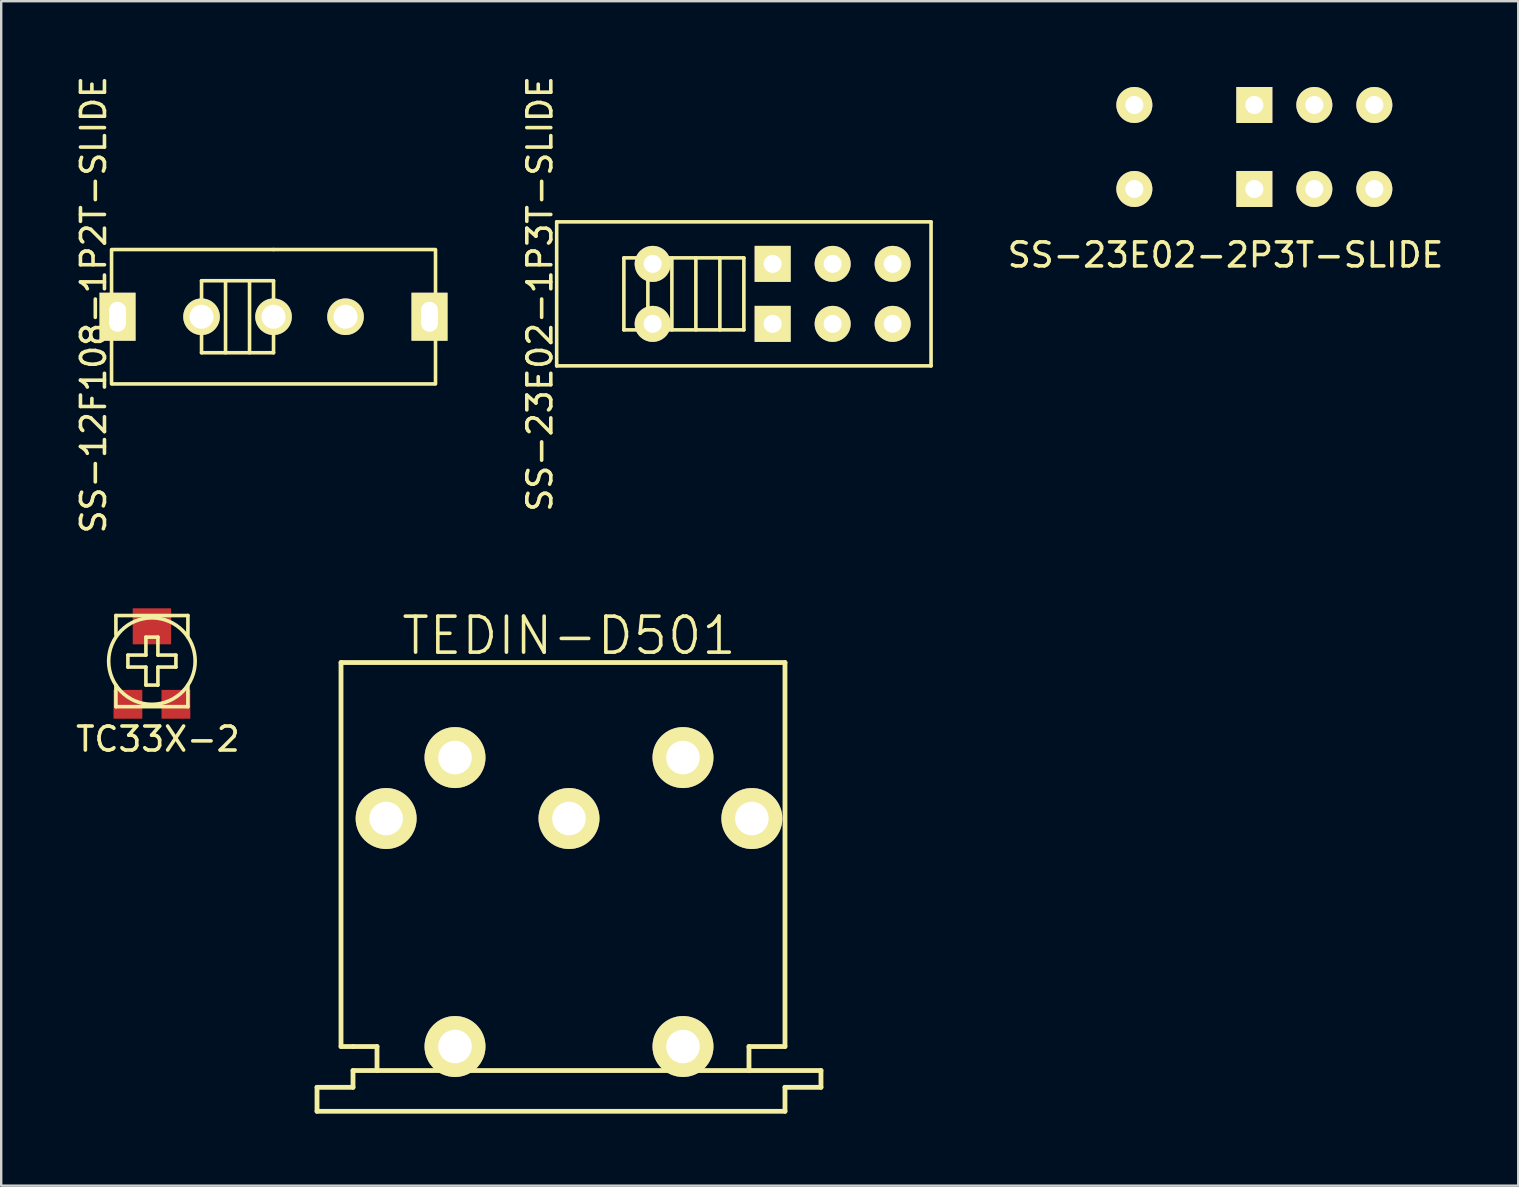
<source format=kicad_pcb>
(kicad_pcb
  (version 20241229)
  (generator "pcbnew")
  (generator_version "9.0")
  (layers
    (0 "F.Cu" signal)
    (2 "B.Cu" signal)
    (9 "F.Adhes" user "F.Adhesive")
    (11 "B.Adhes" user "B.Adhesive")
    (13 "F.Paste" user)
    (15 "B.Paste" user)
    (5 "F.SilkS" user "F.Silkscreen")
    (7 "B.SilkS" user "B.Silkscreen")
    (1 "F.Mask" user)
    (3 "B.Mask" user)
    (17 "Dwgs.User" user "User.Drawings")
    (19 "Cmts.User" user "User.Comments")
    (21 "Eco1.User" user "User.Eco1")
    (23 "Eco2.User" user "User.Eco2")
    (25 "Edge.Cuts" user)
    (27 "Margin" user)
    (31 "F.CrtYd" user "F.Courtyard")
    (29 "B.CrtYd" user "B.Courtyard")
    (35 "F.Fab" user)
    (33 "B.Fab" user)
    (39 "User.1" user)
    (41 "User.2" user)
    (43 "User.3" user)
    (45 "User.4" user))
  (footprint "TC33X-2"
    (layer "F.Cu")
    (at 3.28 24.498)
    (property "Reference" "TC33X-2" (at 0.25 3.25 0) (layer "F.SilkS") (effects (font (size 1 1) (thickness 0.15))))
    (attr through_hole)
    (fp_line (start -1.5 -1.9) (end -1.5 -1.1) (stroke (width 0.15) (type solid)) (layer "F.SilkS"))
    (fp_line (start -1.5 -1.9) (end 1.5 -1.9) (stroke (width 0.15) (type solid)) (layer "F.SilkS"))
    (fp_line (start -1.5 1.9) (end -1.5 1) (stroke (width 0.15) (type solid)) (layer "F.SilkS"))
    (fp_line (start -1.5 1.9) (end 1.5 1.9) (stroke (width 0.15) (type solid)) (layer "F.SilkS"))
    (fp_line (start -1 -0.25) (end -1 0.25) (stroke (width 0.15) (type solid)) (layer "F.SilkS"))
    (fp_line (start -1 0.25) (end -0.25 0.25) (stroke (width 0.15) (type solid)) (layer "F.SilkS"))
    (fp_line (start -0.25 -1) (end -0.25 -0.25) (stroke (width 0.15) (type solid)) (layer "F.SilkS"))
    (fp_line (start -0.25 -1) (end 0.25 -1) (stroke (width 0.15) (type solid)) (layer "F.SilkS"))
    (fp_line (start -0.25 -0.25) (end -1 -0.25) (stroke (width 0.15) (type solid)) (layer "F.SilkS"))
    (fp_line (start -0.25 0.25) (end -0.25 1) (stroke (width 0.15) (type solid)) (layer "F.SilkS"))
    (fp_line (start -0.25 1) (end 0.25 1) (stroke (width 0.15) (type solid)) (layer "F.SilkS"))
    (fp_line (start 0.25 -1) (end 0.25 -0.25) (stroke (width 0.15) (type solid)) (layer "F.SilkS"))
    (fp_line (start 0.25 -0.25) (end 1 -0.25) (stroke (width 0.15) (type solid)) (layer "F.SilkS"))
    (fp_line (start 0.25 0.25) (end 0.25 1) (stroke (width 0.15) (type solid)) (layer "F.SilkS"))
    (fp_line (start 1 -0.25) (end 1 0.25) (stroke (width 0.15) (type solid)) (layer "F.SilkS"))
    (fp_line (start 1 0.25) (end 0.25 0.25) (stroke (width 0.15) (type solid)) (layer "F.SilkS"))
    (fp_line (start 1.5 -1.9) (end 1.5 -1) (stroke (width 0.15) (type solid)) (layer "F.SilkS"))
    (fp_line (start 1.5 1.9) (end 1.5 1) (stroke (width 0.15) (type solid)) (layer "F.SilkS"))
    (fp_circle (center 0 0) (end 1.8 0.1) (stroke (width 0.15) (type solid)) (fill no) (layer "F.SilkS"))
    (pad "1" smd rect (at -1 1.8) (size 1.2 1.2) (layers "F.Cu" "F.Mask" "F.Paste"))
    (pad "2" smd rect (at 0 -1.45) (size 1.6 1.5) (layers "F.Cu" "F.Mask" "F.Paste"))
    (pad "3" smd rect (at 1 1.8) (size 1.2 1.2) (layers "F.Cu" "F.Mask" "F.Paste")))
  (footprint "TEDIN-D501"
    (layer "F.Cu")
    (at 20.66 31.058)
    (property "Reference" "TEDIN-D501" (at 0 -7.62 0) (layer "F.SilkS") (effects (font (size 1.5 1.5) (thickness 0.15))))
    (attr through_hole)
    (fp_line (start -10.5 11.2) (end -10.5 12.2) (stroke (width 0.2) (type solid)) (layer "F.SilkS"))
    (fp_line (start -10.5 11.2) (end -9 11.2) (stroke (width 0.2) (type solid)) (layer "F.SilkS"))
    (fp_line (start -10.5 12.2) (end 9 12.2) (stroke (width 0.2) (type solid)) (layer "F.SilkS"))
    (fp_line (start -9.5 -6.5) (end -9.5 9.5) (stroke (width 0.2) (type solid)) (layer "F.SilkS"))
    (fp_line (start -9.5 9.5) (end -9 9.5) (stroke (width 0.2) (type solid)) (layer "F.SilkS"))
    (fp_line (start -9 9.5) (end -8 9.5) (stroke (width 0.2) (type solid)) (layer "F.SilkS"))
    (fp_line (start -9 11.2) (end -9 10.5) (stroke (width 0.2) (type solid)) (layer "F.SilkS"))
    (fp_line (start -8 9.5) (end -8 10.5) (stroke (width 0.2) (type solid)) (layer "F.SilkS"))
    (fp_line (start 7.5 9.5) (end 7.5 10.5) (stroke (width 0.2) (type solid)) (layer "F.SilkS"))
    (fp_line (start 9 -6.5) (end -9.5 -6.5) (stroke (width 0.2) (type solid)) (layer "F.SilkS"))
    (fp_line (start 9 -6.5) (end 9 9.5) (stroke (width 0.2) (type solid)) (layer "F.SilkS"))
    (fp_line (start 9 9.5) (end 7.5 9.5) (stroke (width 0.2) (type solid)) (layer "F.SilkS"))
    (fp_line (start 9 11.2) (end 10.5 11.2) (stroke (width 0.2) (type solid)) (layer "F.SilkS"))
    (fp_line (start 9 12.2) (end 9 11.2) (stroke (width 0.2) (type solid)) (layer "F.SilkS"))
    (fp_line (start 10.5 10.5) (end -9 10.5) (stroke (width 0.2) (type solid)) (layer "F.SilkS"))
    (fp_line (start 10.5 10.5) (end 10.5 11.2) (stroke (width 0.2) (type solid)) (layer "F.SilkS"))
    (pad "1" thru_hole circle (at 7.62 0) (size 2.54 2.54) (drill 1.397) (layers "*.Cu" "*.Mask" "F.SilkS"))
    (pad "2" thru_hole circle (at 0 0) (size 2.54 2.54) (drill 1.397) (layers "*.Cu" "*.Mask" "F.SilkS"))
    (pad "3" thru_hole circle (at -7.62 0) (size 2.54 2.54) (drill 1.397) (layers "*.Cu" "*.Mask" "F.SilkS"))
    (pad "4" thru_hole circle (at 4.75 -2.54) (size 2.54 2.54) (drill 1.397) (layers "*.Cu" "*.Mask" "F.SilkS"))
    (pad "5" thru_hole circle (at -4.75 -2.54) (size 2.54 2.54) (drill 1.397) (layers "*.Cu" "*.Mask" "F.SilkS"))
    (pad "6" thru_hole circle (at -4.75 9.5) (size 2.54 2.54) (drill 1.397) (layers "*.Cu" "*.Mask" "F.SilkS"))
    (pad "7" thru_hole circle (at 4.75 9.5) (size 2.54 2.54) (drill 1.397) (layers "*.Cu" "*.Mask" "F.SilkS")))
  (footprint "SS-12F108-1P2T-SLIDE"
    (layer "F.Cu")
    (at 8.348 10.149)
    (property "Reference" "SS-12F108-1P2T-SLIDE" (at -7.5 -0.5 90) (layer "F.SilkS") (effects (font (size 1 1) (thickness 0.15))))
    (attr through_hole)
    (fp_line (start -6.75 2.8) (end -6.75 -2.8) (stroke (width 0.15) (type solid)) (layer "F.SilkS"))
    (fp_line (start -6.7 -2.8) (end 0 -2.8) (stroke (width 0.15) (type solid)) (layer "F.SilkS"))
    (fp_line (start -3 -1.5) (end -3 1.5) (stroke (width 0.15) (type solid)) (layer "F.SilkS"))
    (fp_line (start -3 1.5) (end 0 1.5) (stroke (width 0.15) (type solid)) (layer "F.SilkS"))
    (fp_line (start -2 -1.5) (end -2 1.5) (stroke (width 0.15) (type solid)) (layer "F.SilkS"))
    (fp_line (start -1 -1.5) (end -1 1.5) (stroke (width 0.15) (type solid)) (layer "F.SilkS"))
    (fp_line (start 0 -2.8) (end 6.7 -2.8) (stroke (width 0.15) (type solid)) (layer "F.SilkS"))
    (fp_line (start 0 -1.5) (end -3 -1.5) (stroke (width 0.15) (type solid)) (layer "F.SilkS"))
    (fp_line (start 0 0) (end 0 -1.5) (stroke (width 0.15) (type solid)) (layer "F.SilkS"))
    (fp_line (start 0 1.5) (end 0 0) (stroke (width 0.15) (type solid)) (layer "F.SilkS"))
    (fp_line (start 6.7 2.8) (end -6.7 2.8) (stroke (width 0.15) (type solid)) (layer "F.SilkS"))
    (fp_line (start 6.75 -2.8) (end 6.75 2.8) (stroke (width 0.15) (type solid)) (layer "F.SilkS"))
    (pad "" thru_hole rect (at -6.5 0) (size 1.5 2) (drill oval 0.7 1.25) (layers "*.Cu" "*.Mask" "F.SilkS"))
    (pad "" thru_hole rect (at 6.5 0) (size 1.5 2) (drill oval 0.7 1.25) (layers "*.Cu" "*.Mask" "F.SilkS"))
    (pad "1" thru_hole circle (at -3 0) (size 1.524 1.524) (drill 1) (layers "*.Cu" "*.Mask" "F.SilkS"))
    (pad "2" thru_hole circle (at 0 0) (size 1.524 1.524) (drill 1) (layers "*.Cu" "*.Mask" "F.SilkS"))
    (pad "3" thru_hole circle (at 3 0) (size 1.524 1.524) (drill 1) (layers "*.Cu" "*.Mask" "F.SilkS")))
  (footprint "SS-23E02-1P3T-SLIDE"
    (layer "F.Cu")
    (at 27.947 9.196)
    (property "Reference" "SS-23E02-1P3T-SLIDE" (at -8.5 0 90) (layer "F.SilkS") (effects (font (size 1 1) (thickness 0.15))))
    (attr through_hole)
    (fp_line (start -7.8 -3) (end -7.8 3) (stroke (width 0.15) (type solid)) (layer "F.SilkS"))
    (fp_line (start -5 -1.5) (end -5 1.5) (stroke (width 0.15) (type solid)) (layer "F.SilkS"))
    (fp_line (start -5 1.5) (end 0 1.5) (stroke (width 0.15) (type solid)) (layer "F.SilkS"))
    (fp_line (start -4 -1.5) (end -4 1.5) (stroke (width 0.15) (type solid)) (layer "F.SilkS"))
    (fp_line (start -3 -1.5) (end -3 1.5) (stroke (width 0.15) (type solid)) (layer "F.SilkS"))
    (fp_line (start -2 -1.5) (end -2 1.5) (stroke (width 0.15) (type solid)) (layer "F.SilkS"))
    (fp_line (start -1 -1.5) (end -1 1.5) (stroke (width 0.15) (type solid)) (layer "F.SilkS"))
    (fp_line (start 0 -1.5) (end -5 -1.5) (stroke (width 0.15) (type solid)) (layer "F.SilkS"))
    (fp_line (start 0 1.5) (end 0 -1.5) (stroke (width 0.15) (type solid)) (layer "F.SilkS"))
    (fp_line (start 7.8 -3) (end -7.8 -3) (stroke (width 0.15) (type solid)) (layer "F.SilkS"))
    (fp_line (start 7.8 -3) (end 7.8 3) (stroke (width 0.15) (type solid)) (layer "F.SilkS"))
    (fp_line (start 7.8 3) (end -7.8 3) (stroke (width 0.15) (type solid)) (layer "F.SilkS"))
    (pad "1" thru_hole circle (at -3.8 -1.25) (size 1.5 1.5) (drill 0.75) (layers "*.Cu" "*.Mask" "F.SilkS"))
    (pad "1" thru_hole circle (at -3.8 1.25) (size 1.5 1.5) (drill 0.75) (layers "*.Cu" "*.Mask" "F.SilkS"))
    (pad "2" thru_hole circle (at 3.7 -1.25) (size 1.5 1.5) (drill 0.75) (layers "*.Cu" "*.Mask" "F.SilkS"))
    (pad "2" thru_hole circle (at 3.7 1.25) (size 1.5 1.5) (drill 0.75) (layers "*.Cu" "*.Mask" "F.SilkS"))
    (pad "3" thru_hole rect (at 1.2 -1.25) (size 1.5 1.5) (drill 0.75) (layers "*.Cu" "*.Mask" "F.SilkS"))
    (pad "3" thru_hole rect (at 1.2 1.25) (size 1.5 1.5) (drill 0.75) (layers "*.Cu" "*.Mask" "F.SilkS"))
    (pad "4" thru_hole circle (at 6.2 -1.25) (size 1.5 1.5) (drill 0.75) (layers "*.Cu" "*.Mask" "F.SilkS"))
    (pad "4" thru_hole circle (at 6.2 1.25) (size 1.5 1.5) (drill 0.75) (layers "*.Cu" "*.Mask" "F.SilkS")))
  (footprint "SS-23E02-2P3T-SLIDE"
    (layer "F.Cu")
    (at 48.018 3.075)
    (property "Reference" "SS-23E02-2P3T-SLIDE" (at 0 4.5 0) (layer "F.SilkS") (effects (font (size 1 1) (thickness 0.15))))
    (attr through_hole)
    (fp_line (start -7.8 -3) (end -7.8 3) (stroke (width 0.15) (type solid)) (layer "B.Paste"))
    (fp_line (start -5 -1.5) (end -5 1.5) (stroke (width 0.15) (type solid)) (layer "B.Paste"))
    (fp_line (start -5 1.5) (end 0 1.5) (stroke (width 0.15) (type solid)) (layer "B.Paste"))
    (fp_line (start -4 -1.5) (end -4 1.5) (stroke (width 0.15) (type solid)) (layer "B.Paste"))
    (fp_line (start -3 -1.5) (end -3 1.5) (stroke (width 0.15) (type solid)) (layer "B.Paste"))
    (fp_line (start -2 -1.5) (end -2 1.5) (stroke (width 0.15) (type solid)) (layer "B.Paste"))
    (fp_line (start -1 -1.5) (end -1 1.5) (stroke (width 0.15) (type solid)) (layer "B.Paste"))
    (fp_line (start 0 -1.5) (end -5 -1.5) (stroke (width 0.15) (type solid)) (layer "B.Paste"))
    (fp_line (start 0 1.5) (end 0 -1.5) (stroke (width 0.15) (type solid)) (layer "B.Paste"))
    (fp_line (start 7.8 -3) (end -7.8 -3) (stroke (width 0.15) (type solid)) (layer "B.Paste"))
    (fp_line (start 7.8 -3) (end 7.8 3) (stroke (width 0.15) (type solid)) (layer "B.Paste"))
    (fp_line (start 7.8 3) (end -7.8 3) (stroke (width 0.15) (type solid)) (layer "B.Paste"))
    (pad "1" thru_hole circle (at -3.8 -1.75) (size 1.5 1.5) (drill 0.75) (layers "*.Cu" "*.Mask" "F.SilkS"))
    (pad "1" thru_hole circle (at -3.8 1.75) (size 1.5 1.5) (drill 0.75) (layers "*.Cu" "*.Mask" "F.SilkS"))
    (pad "2" thru_hole circle (at 3.7 -1.75) (size 1.5 1.5) (drill 0.75) (layers "*.Cu" "*.Mask" "F.SilkS"))
    (pad "2" thru_hole circle (at 3.7 1.75) (size 1.5 1.5) (drill 0.75) (layers "*.Cu" "*.Mask" "F.SilkS"))
    (pad "3" thru_hole rect (at 1.2 -1.75) (size 1.5 1.5) (drill 0.75) (layers "*.Cu" "*.Mask" "F.SilkS"))
    (pad "3" thru_hole rect (at 1.2 1.75) (size 1.5 1.5) (drill 0.75) (layers "*.Cu" "*.Mask" "F.SilkS"))
    (pad "4" thru_hole circle (at 6.2 -1.75) (size 1.5 1.5) (drill 0.75) (layers "*.Cu" "*.Mask" "F.SilkS"))
    (pad "4" thru_hole circle (at 6.2 1.75) (size 1.5 1.5) (drill 0.75) (layers "*.Cu" "*.Mask" "F.SilkS")))
  (gr_rect
    (start -3 -3)
    (end 60.214 46.358)
    (stroke (width 0.1) (type default))
    (fill no)
    (layer "Edge.Cuts")))
</source>
